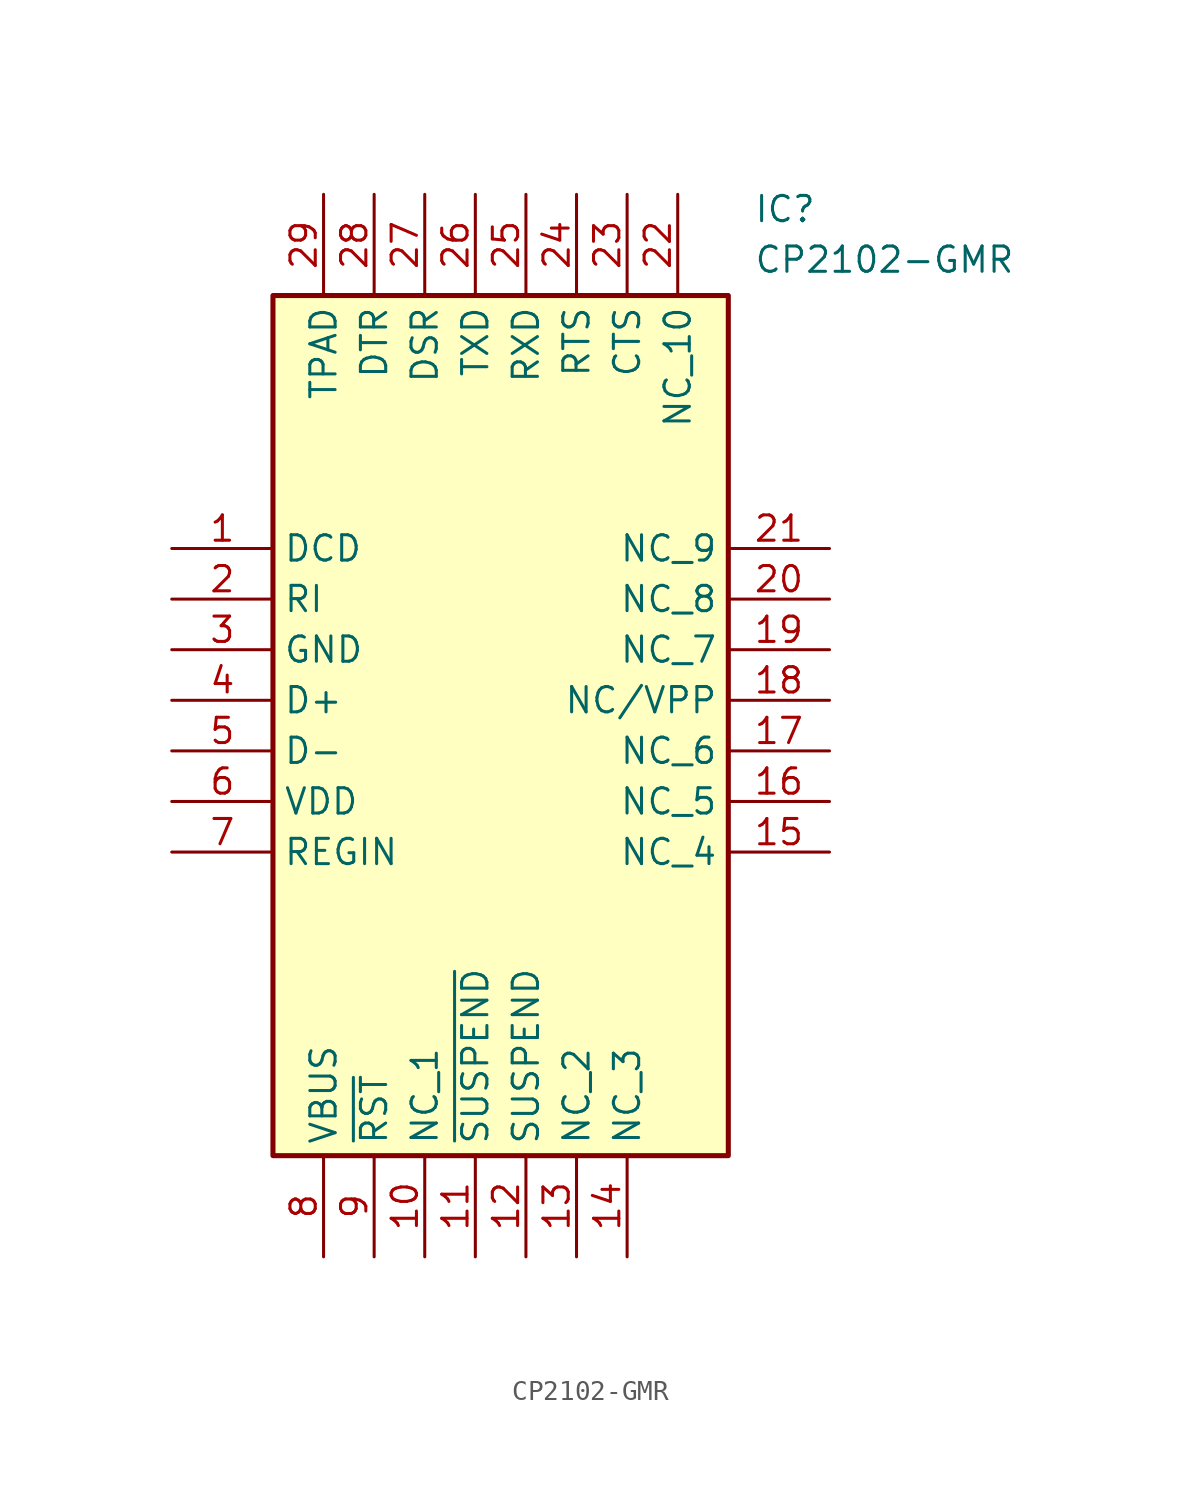
<source format=kicad_sym>
(kicad_symbol_lib
  (version 20220914)
  (generator SamacSys_ECAD_Model)
  (symbol "CP2102-GMR"
    (property "Reference" "IC"
      (at 29.21 17.78 0)
      (effects (font (size 1.27 1.27)) (justify left top)))
    (property "Value" "CP2102-GMR"
      (at 29.21 15.24 0)
      (effects (font (size 1.27 1.27)) (justify left top)))
    (rectangle
      (start 5.08 12.7)
      (end 27.94 -30.48)
      (stroke (width 0.254) (type default))
      (fill (type background)))
    (pin passive line
      (at 0 0 0)
      (length 5.08)
      (name "DCD" (effects (font (size 1.27 1.27))))
      (number "1" (effects (font (size 1.27 1.27)))))
    (pin passive line
      (at 0 -2.54 0)
      (length 5.08)
      (name "RI" (effects (font (size 1.27 1.27))))
      (number "2" (effects (font (size 1.27 1.27)))))
    (pin passive line
      (at 0 -5.08 0)
      (length 5.08)
      (name "GND" (effects (font (size 1.27 1.27))))
      (number "3" (effects (font (size 1.27 1.27)))))
    (pin passive line
      (at 0 -7.62 0)
      (length 5.08)
      (name "D+" (effects (font (size 1.27 1.27))))
      (number "4" (effects (font (size 1.27 1.27)))))
    (pin passive line
      (at 0 -10.16 0)
      (length 5.08)
      (name "D-" (effects (font (size 1.27 1.27))))
      (number "5" (effects (font (size 1.27 1.27)))))
    (pin passive line
      (at 0 -12.7 0)
      (length 5.08)
      (name "VDD" (effects (font (size 1.27 1.27))))
      (number "6" (effects (font (size 1.27 1.27)))))
    (pin passive line
      (at 0 -15.24 0)
      (length 5.08)
      (name "REGIN" (effects (font (size 1.27 1.27))))
      (number "7" (effects (font (size 1.27 1.27)))))
    (pin passive line
      (at 7.62 -35.56 90)
      (length 5.08)
      (name "VBUS" (effects (font (size 1.27 1.27))))
      (number "8" (effects (font (size 1.27 1.27)))))
    (pin passive line
      (at 10.16 -35.56 90)
      (length 5.08)
      (name "~{RST}" (effects (font (size 1.27 1.27))))
      (number "9" (effects (font (size 1.27 1.27)))))
    (pin passive line
      (at 12.7 -35.56 90)
      (length 5.08)
      (name "NC_1" (effects (font (size 1.27 1.27))))
      (number "10" (effects (font (size 1.27 1.27)))))
    (pin passive line
      (at 15.24 -35.56 90)
      (length 5.08)
      (name "~{SUSPEND}" (effects (font (size 1.27 1.27))))
      (number "11" (effects (font (size 1.27 1.27)))))
    (pin passive line
      (at 17.78 -35.56 90)
      (length 5.08)
      (name "SUSPEND" (effects (font (size 1.27 1.27))))
      (number "12" (effects (font (size 1.27 1.27)))))
    (pin passive line
      (at 20.32 -35.56 90)
      (length 5.08)
      (name "NC_2" (effects (font (size 1.27 1.27))))
      (number "13" (effects (font (size 1.27 1.27)))))
    (pin passive line
      (at 22.86 -35.56 90)
      (length 5.08)
      (name "NC_3" (effects (font (size 1.27 1.27))))
      (number "14" (effects (font (size 1.27 1.27)))))
    (pin passive line
      (at 33.02 0 180)
      (length 5.08)
      (name "NC_9" (effects (font (size 1.27 1.27))))
      (number "21" (effects (font (size 1.27 1.27)))))
    (pin passive line
      (at 33.02 -2.54 180)
      (length 5.08)
      (name "NC_8" (effects (font (size 1.27 1.27))))
      (number "20" (effects (font (size 1.27 1.27)))))
    (pin passive line
      (at 33.02 -5.08 180)
      (length 5.08)
      (name "NC_7" (effects (font (size 1.27 1.27))))
      (number "19" (effects (font (size 1.27 1.27)))))
    (pin passive line
      (at 33.02 -7.62 180)
      (length 5.08)
      (name "NC/VPP" (effects (font (size 1.27 1.27))))
      (number "18" (effects (font (size 1.27 1.27)))))
    (pin passive line
      (at 33.02 -10.16 180)
      (length 5.08)
      (name "NC_6" (effects (font (size 1.27 1.27))))
      (number "17" (effects (font (size 1.27 1.27)))))
    (pin passive line
      (at 33.02 -12.7 180)
      (length 5.08)
      (name "NC_5" (effects (font (size 1.27 1.27))))
      (number "16" (effects (font (size 1.27 1.27)))))
    (pin passive line
      (at 33.02 -15.24 180)
      (length 5.08)
      (name "NC_4" (effects (font (size 1.27 1.27))))
      (number "15" (effects (font (size 1.27 1.27)))))
    (pin passive line
      (at 7.62 17.78 270)
      (length 5.08)
      (name "TPAD" (effects (font (size 1.27 1.27))))
      (number "29" (effects (font (size 1.27 1.27)))))
    (pin passive line
      (at 10.16 17.78 270)
      (length 5.08)
      (name "DTR" (effects (font (size 1.27 1.27))))
      (number "28" (effects (font (size 1.27 1.27)))))
    (pin passive line
      (at 12.7 17.78 270)
      (length 5.08)
      (name "DSR" (effects (font (size 1.27 1.27))))
      (number "27" (effects (font (size 1.27 1.27)))))
    (pin passive line
      (at 15.24 17.78 270)
      (length 5.08)
      (name "TXD" (effects (font (size 1.27 1.27))))
      (number "26" (effects (font (size 1.27 1.27)))))
    (pin passive line
      (at 17.78 17.78 270)
      (length 5.08)
      (name "RXD" (effects (font (size 1.27 1.27))))
      (number "25" (effects (font (size 1.27 1.27)))))
    (pin passive line
      (at 20.32 17.78 270)
      (length 5.08)
      (name "RTS" (effects (font (size 1.27 1.27))))
      (number "24" (effects (font (size 1.27 1.27)))))
    (pin passive line
      (at 22.86 17.78 270)
      (length 5.08)
      (name "CTS" (effects (font (size 1.27 1.27))))
      (number "23" (effects (font (size 1.27 1.27)))))
    (pin passive line
      (at 25.4 17.78 270)
      (length 5.08)
      (name "NC_10" (effects (font (size 1.27 1.27))))
      (number "22" (effects (font (size 1.27 1.27)))))))
</source>
